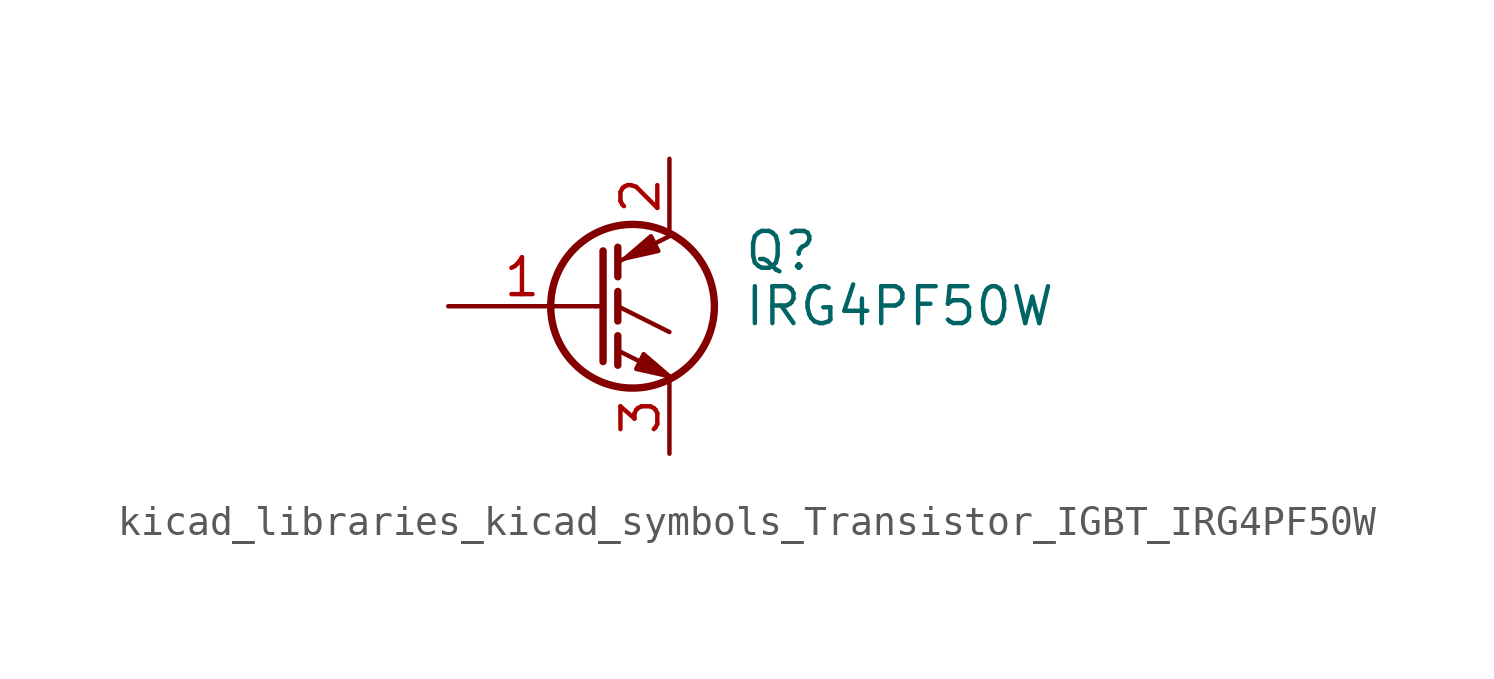
<source format=kicad_sym>
(kicad_symbol_lib
  (version 20220914)
  (generator kicad_symbol_editor)
  (symbol "kicad_libraries_kicad_symbols_Transistor_IGBT_IRG4PF50W"
    (pin_names
      (offset 0) hide)
    (property "Reference" "Q"
      (at 5.08 1.905 0)
      (effects (font (size 1.27 1.27)) (justify left)))
    (property "Value" "IRG4PF50W"
      (at 5.08 0 0)
      (effects (font (size 1.27 1.27)) (justify left)))
    (symbol "kicad_libraries_kicad_symbols_Transistor_IGBT_IRG4PF50W_0_1"
      (polyline (pts (xy 0 0) (xy 0.254 0)) (stroke (width 0) (type default)) (fill (type none)))
      (polyline (pts (xy 0.762 -1.016) (xy 0.762 -2.032)) (stroke (width 0.254) (type default)) (fill (type none)))
      (polyline (pts (xy 0.762 0.508) (xy 0.762 -0.508)) (stroke (width 0.254) (type default)) (fill (type none)))
      (polyline (pts (xy 0.762 2.032) (xy 0.762 1.016)) (stroke (width 0.254) (type default)) (fill (type none)))
      (polyline (pts (xy 2.54 -2.413) (xy 0.762 -1.524)) (stroke (width 0) (type default)) (fill (type none)))
      (polyline (pts (xy 2.54 -0.889) (xy 0.762 0)) (stroke (width 0) (type default)) (fill (type none)))
      (polyline (pts (xy 2.54 2.413) (xy 0.762 1.524)) (stroke (width 0) (type default)) (fill (type none)))
      (polyline (pts (xy 0.254 1.905) (xy 0.254 -1.905) (xy 0.254 -1.905)) (stroke (width 0.254) (type default)) (fill (type none)))
      (polyline (pts (xy 1.397 -2.159) (xy 1.651 -1.651) (xy 2.54 -2.413) (xy 1.397 -2.159)) (stroke (width 0) (type default)) (fill (type outline)))
      (polyline (pts (xy 2.159 1.905) (xy 1.905 2.413) (xy 1.016 1.651) (xy 2.159 1.905)) (stroke (width 0) (type default)) (fill (type outline)))
      (circle (center 1.27 0) (radius 2.819) (stroke (width 0.254) (type default)) (fill (type none))))
    (symbol "kicad_libraries_kicad_symbols_Transistor_IGBT_IRG4PF50W_1_1"
      (pin input line (at -5.08 0 0) (length 5.08) (name "G" (effects (font (size 1.27 1.27)))) (number "1" (effects (font (size 1.27 1.27)))))
      (pin passive line (at 2.54 5.08 270) (length 2.54) (name "C" (effects (font (size 1.27 1.27)))) (number "2" (effects (font (size 1.27 1.27)))))
      (pin passive line (at 2.54 -5.08 90) (length 2.54) (name "E" (effects (font (size 1.27 1.27)))) (number "3" (effects (font (size 1.27 1.27))))))))
</source>
